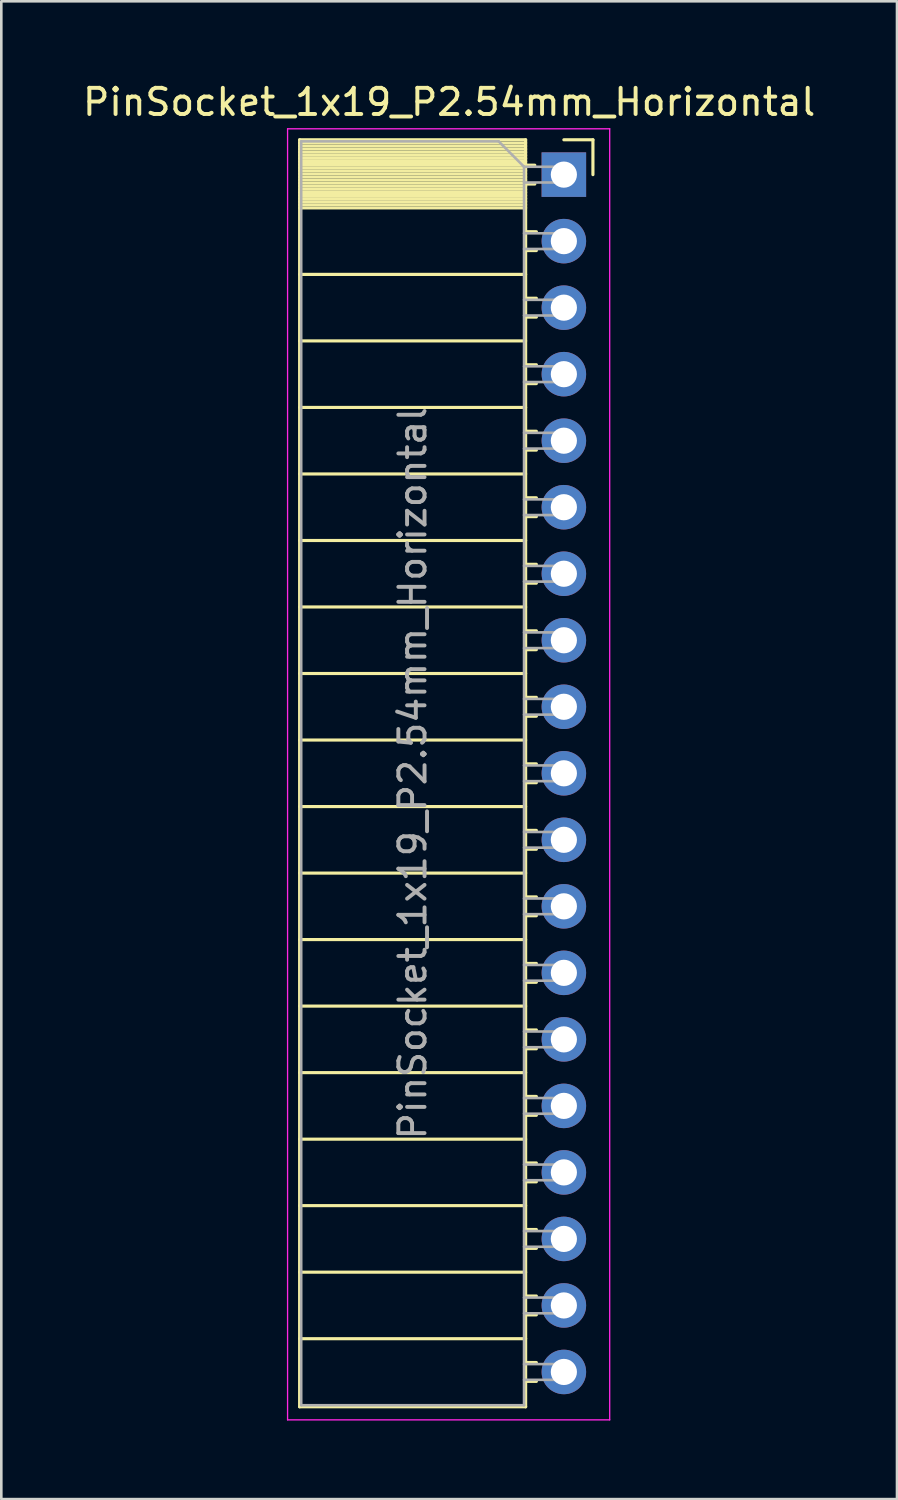
<source format=kicad_pcb>
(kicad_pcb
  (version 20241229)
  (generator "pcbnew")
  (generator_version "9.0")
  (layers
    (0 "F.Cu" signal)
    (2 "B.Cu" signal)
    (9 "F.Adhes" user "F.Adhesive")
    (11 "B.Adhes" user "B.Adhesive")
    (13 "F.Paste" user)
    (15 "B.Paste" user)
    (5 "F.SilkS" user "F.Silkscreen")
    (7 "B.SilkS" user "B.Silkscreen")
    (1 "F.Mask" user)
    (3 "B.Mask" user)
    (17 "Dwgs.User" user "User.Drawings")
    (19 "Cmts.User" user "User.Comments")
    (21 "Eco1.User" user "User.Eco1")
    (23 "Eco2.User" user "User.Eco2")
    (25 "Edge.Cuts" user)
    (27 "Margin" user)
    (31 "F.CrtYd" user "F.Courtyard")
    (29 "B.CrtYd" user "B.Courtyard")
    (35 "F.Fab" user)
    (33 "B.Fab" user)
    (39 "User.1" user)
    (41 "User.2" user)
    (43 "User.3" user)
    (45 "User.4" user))
  (footprint "PinSocket_1x19_P2.54mm_Horizontal"
    (layer "F.Cu")
    (at 18.481 3.618)
    (property "Reference" "PinSocket_1x19_P2.54mm_Horizontal" (at -4.38 -2.77 0) (layer "F.SilkS") (effects (font (size 1 1) (thickness 0.15))))
    (attr through_hole)
    (fp_line (start -10.09 -1.33) (end -10.09 47.05) (stroke (width 0.12) (type solid)) (layer "F.SilkS"))
    (fp_line (start -10.09 -1.33) (end -1.46 -1.33) (stroke (width 0.12) (type solid)) (layer "F.SilkS"))
    (fp_line (start -10.09 -1.21) (end -1.46 -1.21) (stroke (width 0.12) (type solid)) (layer "F.SilkS"))
    (fp_line (start -10.09 -1.092) (end -1.46 -1.092) (stroke (width 0.12) (type solid)) (layer "F.SilkS"))
    (fp_line (start -10.09 -0.974) (end -1.46 -0.974) (stroke (width 0.12) (type solid)) (layer "F.SilkS"))
    (fp_line (start -10.09 -0.856) (end -1.46 -0.856) (stroke (width 0.12) (type solid)) (layer "F.SilkS"))
    (fp_line (start -10.09 -0.738) (end -1.46 -0.738) (stroke (width 0.12) (type solid)) (layer "F.SilkS"))
    (fp_line (start -10.09 -0.62) (end -1.46 -0.62) (stroke (width 0.12) (type solid)) (layer "F.SilkS"))
    (fp_line (start -10.09 -0.501) (end -1.46 -0.501) (stroke (width 0.12) (type solid)) (layer "F.SilkS"))
    (fp_line (start -10.09 -0.383) (end -1.46 -0.383) (stroke (width 0.12) (type solid)) (layer "F.SilkS"))
    (fp_line (start -10.09 -0.265) (end -1.46 -0.265) (stroke (width 0.12) (type solid)) (layer "F.SilkS"))
    (fp_line (start -10.09 -0.147) (end -1.46 -0.147) (stroke (width 0.12) (type solid)) (layer "F.SilkS"))
    (fp_line (start -10.09 -0.029) (end -1.46 -0.029) (stroke (width 0.12) (type solid)) (layer "F.SilkS"))
    (fp_line (start -10.09 0.089) (end -1.46 0.089) (stroke (width 0.12) (type solid)) (layer "F.SilkS"))
    (fp_line (start -10.09 0.207) (end -1.46 0.207) (stroke (width 0.12) (type solid)) (layer "F.SilkS"))
    (fp_line (start -10.09 0.325) (end -1.46 0.325) (stroke (width 0.12) (type solid)) (layer "F.SilkS"))
    (fp_line (start -10.09 0.443) (end -1.46 0.443) (stroke (width 0.12) (type solid)) (layer "F.SilkS"))
    (fp_line (start -10.09 0.561) (end -1.46 0.561) (stroke (width 0.12) (type solid)) (layer "F.SilkS"))
    (fp_line (start -10.09 0.68) (end -1.46 0.68) (stroke (width 0.12) (type solid)) (layer "F.SilkS"))
    (fp_line (start -10.09 0.798) (end -1.46 0.798) (stroke (width 0.12) (type solid)) (layer "F.SilkS"))
    (fp_line (start -10.09 0.916) (end -1.46 0.916) (stroke (width 0.12) (type solid)) (layer "F.SilkS"))
    (fp_line (start -10.09 1.034) (end -1.46 1.034) (stroke (width 0.12) (type solid)) (layer "F.SilkS"))
    (fp_line (start -10.09 1.152) (end -1.46 1.152) (stroke (width 0.12) (type solid)) (layer "F.SilkS"))
    (fp_line (start -10.09 1.27) (end -1.46 1.27) (stroke (width 0.12) (type solid)) (layer "F.SilkS"))
    (fp_line (start -10.09 3.81) (end -1.46 3.81) (stroke (width 0.12) (type solid)) (layer "F.SilkS"))
    (fp_line (start -10.09 6.35) (end -1.46 6.35) (stroke (width 0.12) (type solid)) (layer "F.SilkS"))
    (fp_line (start -10.09 8.89) (end -1.46 8.89) (stroke (width 0.12) (type solid)) (layer "F.SilkS"))
    (fp_line (start -10.09 11.43) (end -1.46 11.43) (stroke (width 0.12) (type solid)) (layer "F.SilkS"))
    (fp_line (start -10.09 13.97) (end -1.46 13.97) (stroke (width 0.12) (type solid)) (layer "F.SilkS"))
    (fp_line (start -10.09 16.51) (end -1.46 16.51) (stroke (width 0.12) (type solid)) (layer "F.SilkS"))
    (fp_line (start -10.09 19.05) (end -1.46 19.05) (stroke (width 0.12) (type solid)) (layer "F.SilkS"))
    (fp_line (start -10.09 21.59) (end -1.46 21.59) (stroke (width 0.12) (type solid)) (layer "F.SilkS"))
    (fp_line (start -10.09 24.13) (end -1.46 24.13) (stroke (width 0.12) (type solid)) (layer "F.SilkS"))
    (fp_line (start -10.09 26.67) (end -1.46 26.67) (stroke (width 0.12) (type solid)) (layer "F.SilkS"))
    (fp_line (start -10.09 29.21) (end -1.46 29.21) (stroke (width 0.12) (type solid)) (layer "F.SilkS"))
    (fp_line (start -10.09 31.75) (end -1.46 31.75) (stroke (width 0.12) (type solid)) (layer "F.SilkS"))
    (fp_line (start -10.09 34.29) (end -1.46 34.29) (stroke (width 0.12) (type solid)) (layer "F.SilkS"))
    (fp_line (start -10.09 36.83) (end -1.46 36.83) (stroke (width 0.12) (type solid)) (layer "F.SilkS"))
    (fp_line (start -10.09 39.37) (end -1.46 39.37) (stroke (width 0.12) (type solid)) (layer "F.SilkS"))
    (fp_line (start -10.09 41.91) (end -1.46 41.91) (stroke (width 0.12) (type solid)) (layer "F.SilkS"))
    (fp_line (start -10.09 44.45) (end -1.46 44.45) (stroke (width 0.12) (type solid)) (layer "F.SilkS"))
    (fp_line (start -10.09 47.05) (end -1.46 47.05) (stroke (width 0.12) (type solid)) (layer "F.SilkS"))
    (fp_line (start -1.46 -1.33) (end -1.46 47.05) (stroke (width 0.12) (type solid)) (layer "F.SilkS"))
    (fp_line (start -1.46 -0.36) (end -1.11 -0.36) (stroke (width 0.12) (type solid)) (layer "F.SilkS"))
    (fp_line (start -1.46 0.36) (end -1.11 0.36) (stroke (width 0.12) (type solid)) (layer "F.SilkS"))
    (fp_line (start -1.46 2.18) (end -1.05 2.18) (stroke (width 0.12) (type solid)) (layer "F.SilkS"))
    (fp_line (start -1.46 2.9) (end -1.05 2.9) (stroke (width 0.12) (type solid)) (layer "F.SilkS"))
    (fp_line (start -1.46 4.72) (end -1.05 4.72) (stroke (width 0.12) (type solid)) (layer "F.SilkS"))
    (fp_line (start -1.46 5.44) (end -1.05 5.44) (stroke (width 0.12) (type solid)) (layer "F.SilkS"))
    (fp_line (start -1.46 7.26) (end -1.05 7.26) (stroke (width 0.12) (type solid)) (layer "F.SilkS"))
    (fp_line (start -1.46 7.98) (end -1.05 7.98) (stroke (width 0.12) (type solid)) (layer "F.SilkS"))
    (fp_line (start -1.46 9.8) (end -1.05 9.8) (stroke (width 0.12) (type solid)) (layer "F.SilkS"))
    (fp_line (start -1.46 10.52) (end -1.05 10.52) (stroke (width 0.12) (type solid)) (layer "F.SilkS"))
    (fp_line (start -1.46 12.34) (end -1.05 12.34) (stroke (width 0.12) (type solid)) (layer "F.SilkS"))
    (fp_line (start -1.46 13.06) (end -1.05 13.06) (stroke (width 0.12) (type solid)) (layer "F.SilkS"))
    (fp_line (start -1.46 14.88) (end -1.05 14.88) (stroke (width 0.12) (type solid)) (layer "F.SilkS"))
    (fp_line (start -1.46 15.6) (end -1.05 15.6) (stroke (width 0.12) (type solid)) (layer "F.SilkS"))
    (fp_line (start -1.46 17.42) (end -1.05 17.42) (stroke (width 0.12) (type solid)) (layer "F.SilkS"))
    (fp_line (start -1.46 18.14) (end -1.05 18.14) (stroke (width 0.12) (type solid)) (layer "F.SilkS"))
    (fp_line (start -1.46 19.96) (end -1.05 19.96) (stroke (width 0.12) (type solid)) (layer "F.SilkS"))
    (fp_line (start -1.46 20.68) (end -1.05 20.68) (stroke (width 0.12) (type solid)) (layer "F.SilkS"))
    (fp_line (start -1.46 22.5) (end -1.05 22.5) (stroke (width 0.12) (type solid)) (layer "F.SilkS"))
    (fp_line (start -1.46 23.22) (end -1.05 23.22) (stroke (width 0.12) (type solid)) (layer "F.SilkS"))
    (fp_line (start -1.46 25.04) (end -1.05 25.04) (stroke (width 0.12) (type solid)) (layer "F.SilkS"))
    (fp_line (start -1.46 25.76) (end -1.05 25.76) (stroke (width 0.12) (type solid)) (layer "F.SilkS"))
    (fp_line (start -1.46 27.58) (end -1.05 27.58) (stroke (width 0.12) (type solid)) (layer "F.SilkS"))
    (fp_line (start -1.46 28.3) (end -1.05 28.3) (stroke (width 0.12) (type solid)) (layer "F.SilkS"))
    (fp_line (start -1.46 30.12) (end -1.05 30.12) (stroke (width 0.12) (type solid)) (layer "F.SilkS"))
    (fp_line (start -1.46 30.84) (end -1.05 30.84) (stroke (width 0.12) (type solid)) (layer "F.SilkS"))
    (fp_line (start -1.46 32.66) (end -1.05 32.66) (stroke (width 0.12) (type solid)) (layer "F.SilkS"))
    (fp_line (start -1.46 33.38) (end -1.05 33.38) (stroke (width 0.12) (type solid)) (layer "F.SilkS"))
    (fp_line (start -1.46 35.2) (end -1.05 35.2) (stroke (width 0.12) (type solid)) (layer "F.SilkS"))
    (fp_line (start -1.46 35.92) (end -1.05 35.92) (stroke (width 0.12) (type solid)) (layer "F.SilkS"))
    (fp_line (start -1.46 37.74) (end -1.05 37.74) (stroke (width 0.12) (type solid)) (layer "F.SilkS"))
    (fp_line (start -1.46 38.46) (end -1.05 38.46) (stroke (width 0.12) (type solid)) (layer "F.SilkS"))
    (fp_line (start -1.46 40.28) (end -1.05 40.28) (stroke (width 0.12) (type solid)) (layer "F.SilkS"))
    (fp_line (start -1.46 41) (end -1.05 41) (stroke (width 0.12) (type solid)) (layer "F.SilkS"))
    (fp_line (start -1.46 42.82) (end -1.05 42.82) (stroke (width 0.12) (type solid)) (layer "F.SilkS"))
    (fp_line (start -1.46 43.54) (end -1.05 43.54) (stroke (width 0.12) (type solid)) (layer "F.SilkS"))
    (fp_line (start -1.46 45.36) (end -1.05 45.36) (stroke (width 0.12) (type solid)) (layer "F.SilkS"))
    (fp_line (start -1.46 46.08) (end -1.05 46.08) (stroke (width 0.12) (type solid)) (layer "F.SilkS"))
    (fp_line (start 0 -1.33) (end 1.11 -1.33) (stroke (width 0.12) (type solid)) (layer "F.SilkS"))
    (fp_line (start 1.11 -1.33) (end 1.11 0) (stroke (width 0.12) (type solid)) (layer "F.SilkS"))
    (fp_line (start -10.55 -1.75) (end -10.55 47.55) (stroke (width 0.05) (type solid)) (layer "F.CrtYd"))
    (fp_line (start -10.55 47.55) (end 1.75 47.55) (stroke (width 0.05) (type solid)) (layer "F.CrtYd"))
    (fp_line (start 1.75 -1.75) (end -10.55 -1.75) (stroke (width 0.05) (type solid)) (layer "F.CrtYd"))
    (fp_line (start 1.75 47.55) (end 1.75 -1.75) (stroke (width 0.05) (type solid)) (layer "F.CrtYd"))
    (fp_line (start -10.03 -1.27) (end -2.49 -1.27) (stroke (width 0.1) (type solid)) (layer "F.Fab"))
    (fp_line (start -10.03 46.99) (end -10.03 -1.27) (stroke (width 0.1) (type solid)) (layer "F.Fab"))
    (fp_line (start -2.49 -1.27) (end -1.52 -0.3) (stroke (width 0.1) (type solid)) (layer "F.Fab"))
    (fp_line (start -1.52 -0.3) (end -1.52 46.99) (stroke (width 0.1) (type solid)) (layer "F.Fab"))
    (fp_line (start -1.52 0.3) (end 0 0.3) (stroke (width 0.1) (type solid)) (layer "F.Fab"))
    (fp_line (start -1.52 2.84) (end 0 2.84) (stroke (width 0.1) (type solid)) (layer "F.Fab"))
    (fp_line (start -1.52 5.38) (end 0 5.38) (stroke (width 0.1) (type solid)) (layer "F.Fab"))
    (fp_line (start -1.52 7.92) (end 0 7.92) (stroke (width 0.1) (type solid)) (layer "F.Fab"))
    (fp_line (start -1.52 10.46) (end 0 10.46) (stroke (width 0.1) (type solid)) (layer "F.Fab"))
    (fp_line (start -1.52 13) (end 0 13) (stroke (width 0.1) (type solid)) (layer "F.Fab"))
    (fp_line (start -1.52 15.54) (end 0 15.54) (stroke (width 0.1) (type solid)) (layer "F.Fab"))
    (fp_line (start -1.52 18.08) (end 0 18.08) (stroke (width 0.1) (type solid)) (layer "F.Fab"))
    (fp_line (start -1.52 20.62) (end 0 20.62) (stroke (width 0.1) (type solid)) (layer "F.Fab"))
    (fp_line (start -1.52 23.16) (end 0 23.16) (stroke (width 0.1) (type solid)) (layer "F.Fab"))
    (fp_line (start -1.52 25.7) (end 0 25.7) (stroke (width 0.1) (type solid)) (layer "F.Fab"))
    (fp_line (start -1.52 28.24) (end 0 28.24) (stroke (width 0.1) (type solid)) (layer "F.Fab"))
    (fp_line (start -1.52 30.78) (end 0 30.78) (stroke (width 0.1) (type solid)) (layer "F.Fab"))
    (fp_line (start -1.52 33.32) (end 0 33.32) (stroke (width 0.1) (type solid)) (layer "F.Fab"))
    (fp_line (start -1.52 35.86) (end 0 35.86) (stroke (width 0.1) (type solid)) (layer "F.Fab"))
    (fp_line (start -1.52 38.4) (end 0 38.4) (stroke (width 0.1) (type solid)) (layer "F.Fab"))
    (fp_line (start -1.52 40.94) (end 0 40.94) (stroke (width 0.1) (type solid)) (layer "F.Fab"))
    (fp_line (start -1.52 43.48) (end 0 43.48) (stroke (width 0.1) (type solid)) (layer "F.Fab"))
    (fp_line (start -1.52 46.02) (end 0 46.02) (stroke (width 0.1) (type solid)) (layer "F.Fab"))
    (fp_line (start -1.52 46.99) (end -10.03 46.99) (stroke (width 0.1) (type solid)) (layer "F.Fab"))
    (fp_line (start 0 -0.3) (end -1.52 -0.3) (stroke (width 0.1) (type solid)) (layer "F.Fab"))
    (fp_line (start 0 0.3) (end 0 -0.3) (stroke (width 0.1) (type solid)) (layer "F.Fab"))
    (fp_line (start 0 2.24) (end -1.52 2.24) (stroke (width 0.1) (type solid)) (layer "F.Fab"))
    (fp_line (start 0 2.84) (end 0 2.24) (stroke (width 0.1) (type solid)) (layer "F.Fab"))
    (fp_line (start 0 4.78) (end -1.52 4.78) (stroke (width 0.1) (type solid)) (layer "F.Fab"))
    (fp_line (start 0 5.38) (end 0 4.78) (stroke (width 0.1) (type solid)) (layer "F.Fab"))
    (fp_line (start 0 7.32) (end -1.52 7.32) (stroke (width 0.1) (type solid)) (layer "F.Fab"))
    (fp_line (start 0 7.92) (end 0 7.32) (stroke (width 0.1) (type solid)) (layer "F.Fab"))
    (fp_line (start 0 9.86) (end -1.52 9.86) (stroke (width 0.1) (type solid)) (layer "F.Fab"))
    (fp_line (start 0 10.46) (end 0 9.86) (stroke (width 0.1) (type solid)) (layer "F.Fab"))
    (fp_line (start 0 12.4) (end -1.52 12.4) (stroke (width 0.1) (type solid)) (layer "F.Fab"))
    (fp_line (start 0 13) (end 0 12.4) (stroke (width 0.1) (type solid)) (layer "F.Fab"))
    (fp_line (start 0 14.94) (end -1.52 14.94) (stroke (width 0.1) (type solid)) (layer "F.Fab"))
    (fp_line (start 0 15.54) (end 0 14.94) (stroke (width 0.1) (type solid)) (layer "F.Fab"))
    (fp_line (start 0 17.48) (end -1.52 17.48) (stroke (width 0.1) (type solid)) (layer "F.Fab"))
    (fp_line (start 0 18.08) (end 0 17.48) (stroke (width 0.1) (type solid)) (layer "F.Fab"))
    (fp_line (start 0 20.02) (end -1.52 20.02) (stroke (width 0.1) (type solid)) (layer "F.Fab"))
    (fp_line (start 0 20.62) (end 0 20.02) (stroke (width 0.1) (type solid)) (layer "F.Fab"))
    (fp_line (start 0 22.56) (end -1.52 22.56) (stroke (width 0.1) (type solid)) (layer "F.Fab"))
    (fp_line (start 0 23.16) (end 0 22.56) (stroke (width 0.1) (type solid)) (layer "F.Fab"))
    (fp_line (start 0 25.1) (end -1.52 25.1) (stroke (width 0.1) (type solid)) (layer "F.Fab"))
    (fp_line (start 0 25.7) (end 0 25.1) (stroke (width 0.1) (type solid)) (layer "F.Fab"))
    (fp_line (start 0 27.64) (end -1.52 27.64) (stroke (width 0.1) (type solid)) (layer "F.Fab"))
    (fp_line (start 0 28.24) (end 0 27.64) (stroke (width 0.1) (type solid)) (layer "F.Fab"))
    (fp_line (start 0 30.18) (end -1.52 30.18) (stroke (width 0.1) (type solid)) (layer "F.Fab"))
    (fp_line (start 0 30.78) (end 0 30.18) (stroke (width 0.1) (type solid)) (layer "F.Fab"))
    (fp_line (start 0 32.72) (end -1.52 32.72) (stroke (width 0.1) (type solid)) (layer "F.Fab"))
    (fp_line (start 0 33.32) (end 0 32.72) (stroke (width 0.1) (type solid)) (layer "F.Fab"))
    (fp_line (start 0 35.26) (end -1.52 35.26) (stroke (width 0.1) (type solid)) (layer "F.Fab"))
    (fp_line (start 0 35.86) (end 0 35.26) (stroke (width 0.1) (type solid)) (layer "F.Fab"))
    (fp_line (start 0 37.8) (end -1.52 37.8) (stroke (width 0.1) (type solid)) (layer "F.Fab"))
    (fp_line (start 0 38.4) (end 0 37.8) (stroke (width 0.1) (type solid)) (layer "F.Fab"))
    (fp_line (start 0 40.34) (end -1.52 40.34) (stroke (width 0.1) (type solid)) (layer "F.Fab"))
    (fp_line (start 0 40.94) (end 0 40.34) (stroke (width 0.1) (type solid)) (layer "F.Fab"))
    (fp_line (start 0 42.88) (end -1.52 42.88) (stroke (width 0.1) (type solid)) (layer "F.Fab"))
    (fp_line (start 0 43.48) (end 0 42.88) (stroke (width 0.1) (type solid)) (layer "F.Fab"))
    (fp_line (start 0 45.42) (end -1.52 45.42) (stroke (width 0.1) (type solid)) (layer "F.Fab"))
    (fp_line (start 0 46.02) (end 0 45.42) (stroke (width 0.1) (type solid)) (layer "F.Fab"))
    (fp_text user "${REFERENCE}" (at -5.775 22.86 90) (layer "F.Fab") (effects (font (size 1 1) (thickness 0.15))))
    (pad "1" thru_hole rect (at 0 0) (size 1.7 1.7) (drill 1) (layers "*.Cu" "*.Mask"))
    (pad "2" thru_hole oval (at 0 2.54) (size 1.7 1.7) (drill 1) (layers "*.Cu" "*.Mask"))
    (pad "3" thru_hole oval (at 0 5.08) (size 1.7 1.7) (drill 1) (layers "*.Cu" "*.Mask"))
    (pad "4" thru_hole oval (at 0 7.62) (size 1.7 1.7) (drill 1) (layers "*.Cu" "*.Mask"))
    (pad "5" thru_hole oval (at 0 10.16) (size 1.7 1.7) (drill 1) (layers "*.Cu" "*.Mask"))
    (pad "6" thru_hole oval (at 0 12.7) (size 1.7 1.7) (drill 1) (layers "*.Cu" "*.Mask"))
    (pad "7" thru_hole oval (at 0 15.24) (size 1.7 1.7) (drill 1) (layers "*.Cu" "*.Mask"))
    (pad "8" thru_hole oval (at 0 17.78) (size 1.7 1.7) (drill 1) (layers "*.Cu" "*.Mask"))
    (pad "9" thru_hole oval (at 0 20.32) (size 1.7 1.7) (drill 1) (layers "*.Cu" "*.Mask"))
    (pad "10" thru_hole oval (at 0 22.86) (size 1.7 1.7) (drill 1) (layers "*.Cu" "*.Mask"))
    (pad "11" thru_hole oval (at 0 25.4) (size 1.7 1.7) (drill 1) (layers "*.Cu" "*.Mask"))
    (pad "12" thru_hole oval (at 0 27.94) (size 1.7 1.7) (drill 1) (layers "*.Cu" "*.Mask"))
    (pad "13" thru_hole oval (at 0 30.48) (size 1.7 1.7) (drill 1) (layers "*.Cu" "*.Mask"))
    (pad "14" thru_hole oval (at 0 33.02) (size 1.7 1.7) (drill 1) (layers "*.Cu" "*.Mask"))
    (pad "15" thru_hole oval (at 0 35.56) (size 1.7 1.7) (drill 1) (layers "*.Cu" "*.Mask"))
    (pad "16" thru_hole oval (at 0 38.1) (size 1.7 1.7) (drill 1) (layers "*.Cu" "*.Mask"))
    (pad "17" thru_hole oval (at 0 40.64) (size 1.7 1.7) (drill 1) (layers "*.Cu" "*.Mask"))
    (pad "18" thru_hole oval (at 0 43.18) (size 1.7 1.7) (drill 1) (layers "*.Cu" "*.Mask"))
    (pad "19" thru_hole oval (at 0 45.72) (size 1.7 1.7) (drill 1) (layers "*.Cu" "*.Mask")))
  (gr_rect
    (start -3 -3)
    (end 31.202 54.193)
    (stroke (width 0.1) (type default))
    (fill no)
    (layer "Edge.Cuts")))
</source>
